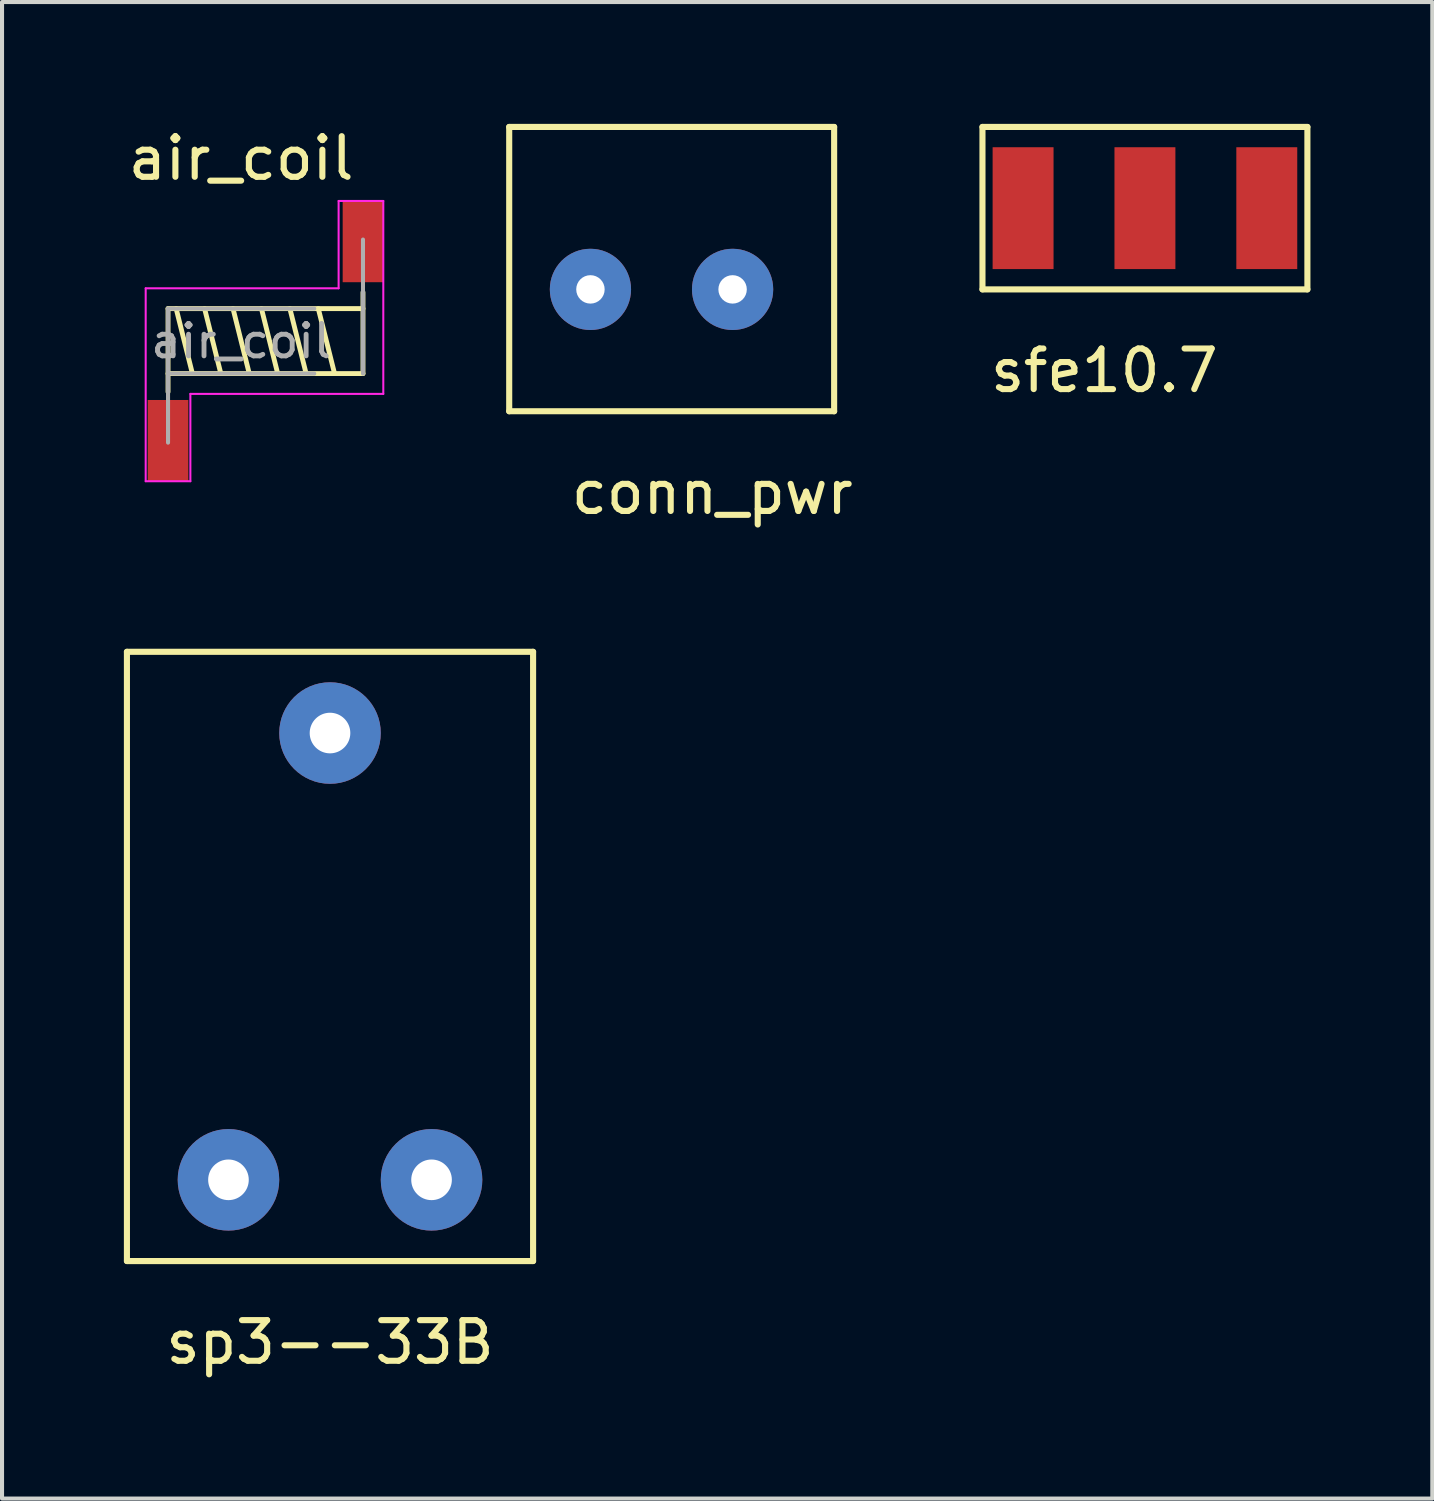
<source format=kicad_pcb>
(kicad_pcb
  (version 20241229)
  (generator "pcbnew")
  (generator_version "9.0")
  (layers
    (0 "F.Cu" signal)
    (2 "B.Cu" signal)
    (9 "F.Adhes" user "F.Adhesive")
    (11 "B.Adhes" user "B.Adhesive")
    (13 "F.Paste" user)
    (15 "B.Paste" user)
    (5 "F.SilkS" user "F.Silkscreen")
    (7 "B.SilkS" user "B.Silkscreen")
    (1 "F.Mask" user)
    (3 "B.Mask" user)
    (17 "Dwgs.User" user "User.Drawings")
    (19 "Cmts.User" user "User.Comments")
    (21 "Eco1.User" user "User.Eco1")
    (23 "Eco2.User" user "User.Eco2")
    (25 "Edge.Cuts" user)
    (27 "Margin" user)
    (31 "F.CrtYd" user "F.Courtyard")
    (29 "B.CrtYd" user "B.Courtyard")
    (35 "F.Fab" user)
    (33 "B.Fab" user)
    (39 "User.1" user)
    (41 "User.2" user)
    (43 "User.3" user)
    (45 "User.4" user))
  (footprint "sp3--33B"
    (layer "F.Cu")
    (at 5.075 25.998)
    (property "Reference" "sp3--33B" (at 0 4 0) (layer "F.SilkS") (effects (font (size 1 1) (thickness 0.15))))
    (attr through_hole)
    (fp_line (start -5 -13) (end 5 -13) (stroke (width 0.15) (type solid)) (layer "F.SilkS"))
    (fp_line (start -5 2) (end -5 -13) (stroke (width 0.15) (type solid)) (layer "F.SilkS"))
    (fp_line (start 5 -13) (end 5 2) (stroke (width 0.15) (type solid)) (layer "F.SilkS"))
    (fp_line (start 5 2) (end -5 2) (stroke (width 0.15) (type solid)) (layer "F.SilkS"))
    (pad "1" thru_hole circle (at -2.5 0) (size 2.5 2.5) (drill 1) (layers "*.Cu" "*.Mask"))
    (pad "2" thru_hole circle (at 0 -11) (size 2.5 2.5) (drill 1) (layers "*.Cu" "*.Mask"))
    (pad "3" thru_hole circle (at 2.5 0) (size 2.5 2.5) (drill 1) (layers "*.Cu" "*.Mask")))
  (footprint "conn_pwr"
    (layer "F.Cu")
    (at 11.487 4.075)
    (property "Reference" "conn_pwr" (at 3 5 0) (layer "F.SilkS") (effects (font (size 1 1) (thickness 0.15))))
    (attr through_hole)
    (fp_line (start -2 -4) (end 6 -4) (stroke (width 0.15) (type solid)) (layer "F.SilkS"))
    (fp_line (start -2 3) (end -2 -4) (stroke (width 0.15) (type solid)) (layer "F.SilkS"))
    (fp_line (start -2 3) (end 6 3) (stroke (width 0.15) (type solid)) (layer "F.SilkS"))
    (fp_line (start 6 3) (end 6 -4) (stroke (width 0.15) (type solid)) (layer "F.SilkS"))
    (pad "1" thru_hole circle (at 0 0) (size 2 2) (drill 0.7) (layers "*.Cu" "*.Mask"))
    (pad "2" thru_hole circle (at 3.5 0) (size 2 2) (drill 0.7) (layers "*.Cu" "*.Mask")))
  (footprint "sfe10.7"
    (layer "F.Cu")
    (at 24.139 2.075)
    (property "Reference" "sfe10.7" (at 0 4 0) (layer "F.SilkS") (effects (font (size 1 1) (thickness 0.15))))
    (attr through_hole)
    (fp_line (start -3 -2) (end -3 2) (stroke (width 0.15) (type solid)) (layer "F.SilkS"))
    (fp_line (start -3 2) (end 5 2) (stroke (width 0.15) (type solid)) (layer "F.SilkS"))
    (fp_line (start 5 -2) (end -3 -2) (stroke (width 0.15) (type solid)) (layer "F.SilkS"))
    (fp_line (start 5 2) (end 5 -2) (stroke (width 0.15) (type solid)) (layer "F.SilkS"))
    (pad "1" smd rect (at -2 0) (size 1.5 3) (layers "F.Cu" "F.Mask" "F.Paste"))
    (pad "2" smd rect (at 1 0) (size 1.5 3) (layers "F.Cu" "F.Mask" "F.Paste"))
    (pad "3" smd rect (at 4 0) (size 1.5 3) (layers "F.Cu" "F.Mask" "F.Paste")))
  (footprint "air_coil"
    (layer "F.Cu")
    (at 2.887 5.348)
    (property "Reference" "air_coil" (at 0 -4.5 0) (layer "F.SilkS") (effects (font (size 1 1) (thickness 0.15))))
    (attr smd)
    (fp_line (start -1.8 -0.8) (end -1.8 1.25) (stroke (width 0.12) (type solid)) (layer "F.SilkS"))
    (fp_line (start -1.8 -0.8) (end 3 -0.8) (stroke (width 0.12) (type solid)) (layer "F.SilkS"))
    (fp_line (start -1.6 -0.8) (end -1.2 0.8) (stroke (width 0.12) (type solid)) (layer "F.SilkS"))
    (fp_line (start -0.9 -0.8) (end -0.5 0.8) (stroke (width 0.12) (type solid)) (layer "F.SilkS"))
    (fp_line (start -0.2 -0.8) (end 0.2 0.8) (stroke (width 0.12) (type solid)) (layer "F.SilkS"))
    (fp_line (start 0.5 -0.8) (end 0.9 0.8) (stroke (width 0.12) (type solid)) (layer "F.SilkS"))
    (fp_line (start 1.2 -0.8) (end 1.6 0.8) (stroke (width 0.12) (type solid)) (layer "F.SilkS"))
    (fp_line (start 1.9 -0.8) (end 2.3 0.8) (stroke (width 0.12) (type solid)) (layer "F.SilkS"))
    (fp_line (start 3 0.8) (end -1.8 0.8) (stroke (width 0.12) (type solid)) (layer "F.SilkS"))
    (fp_line (start 3 0.8) (end 3 -1.2) (stroke (width 0.12) (type solid)) (layer "F.SilkS"))
    (fp_line (start -2.35 -1.3) (end -2.35 3.45) (stroke (width 0.05) (type solid)) (layer "F.CrtYd"))
    (fp_line (start -2.35 3.45) (end -1.25 3.45) (stroke (width 0.05) (type solid)) (layer "F.CrtYd"))
    (fp_line (start -1.25 1.3) (end 3.5 1.3) (stroke (width 0.05) (type solid)) (layer "F.CrtYd"))
    (fp_line (start -1.25 3.45) (end -1.25 1.3) (stroke (width 0.05) (type solid)) (layer "F.CrtYd"))
    (fp_line (start 2.4 -3.45) (end 2.4 -1.3) (stroke (width 0.05) (type solid)) (layer "F.CrtYd"))
    (fp_line (start 2.4 -1.3) (end -2.35 -1.3) (stroke (width 0.05) (type solid)) (layer "F.CrtYd"))
    (fp_line (start 3.5 -3.45) (end 2.4 -3.45) (stroke (width 0.05) (type solid)) (layer "F.CrtYd"))
    (fp_line (start 3.5 1.3) (end 3.5 -3.45) (stroke (width 0.05) (type solid)) (layer "F.CrtYd"))
    (fp_line (start -1.8 -0.8) (end -1.8 2.5) (stroke (width 0.1) (type solid)) (layer "F.Fab"))
    (fp_line (start -1.8 -0.8) (end 1.8 -0.8) (stroke (width 0.1) (type solid)) (layer "F.Fab"))
    (fp_line (start 1.8 0.8) (end -1.8 0.8) (stroke (width 0.1) (type solid)) (layer "F.Fab"))
    (fp_line (start 3 0.8) (end 3 -2.5) (stroke (width 0.1) (type solid)) (layer "F.Fab"))
    (fp_text user "${REFERENCE}" (at 0 0 0) (layer "F.Fab") (effects (font (size 0.8 0.8) (thickness 0.12))))
    (pad "1" smd rect (at -1.8 2.45) (size 1 2) (layers "F.Cu" "F.Mask" "F.Paste"))
    (pad "2" smd rect (at 3 -2.45) (size 1 2) (layers "F.Cu" "F.Mask" "F.Paste")))
  (gr_rect
    (start -3 -3)
    (end 32.214 33.846)
    (stroke (width 0.1) (type default))
    (fill no)
    (layer "Edge.Cuts")))
</source>
